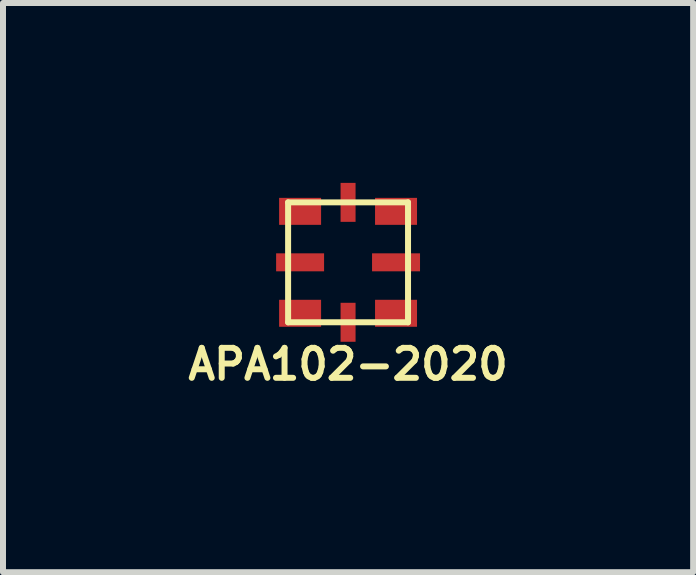
<source format=kicad_pcb>
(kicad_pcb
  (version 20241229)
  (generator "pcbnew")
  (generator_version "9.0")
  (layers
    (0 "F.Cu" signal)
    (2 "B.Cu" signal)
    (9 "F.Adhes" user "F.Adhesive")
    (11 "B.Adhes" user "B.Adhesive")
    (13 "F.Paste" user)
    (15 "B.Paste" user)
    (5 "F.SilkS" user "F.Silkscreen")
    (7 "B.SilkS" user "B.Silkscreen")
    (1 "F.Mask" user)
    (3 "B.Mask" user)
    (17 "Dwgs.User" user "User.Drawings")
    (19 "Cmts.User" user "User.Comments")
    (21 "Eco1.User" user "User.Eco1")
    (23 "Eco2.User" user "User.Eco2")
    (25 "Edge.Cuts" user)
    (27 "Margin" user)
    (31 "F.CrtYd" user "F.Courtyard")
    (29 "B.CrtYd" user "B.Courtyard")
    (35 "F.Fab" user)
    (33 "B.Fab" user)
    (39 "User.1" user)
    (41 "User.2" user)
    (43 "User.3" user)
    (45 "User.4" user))
  (footprint "APA102-2020"
    (layer "F.Cu")
    (at 2.755 1.325)
    (property "Reference" "APA102-2020" (at 0 1.7 0) (layer "F.SilkS") (effects (font (size 0.5 0.5) (thickness 0.1))))
    (attr through_hole)
    (fp_line (start -1 -1) (end -1 1) (stroke (width 0.1) (type solid)) (layer "F.SilkS"))
    (fp_line (start -1 -1) (end 1 -1) (stroke (width 0.1) (type solid)) (layer "F.SilkS"))
    (fp_line (start -1 1) (end 1 1) (stroke (width 0.1) (type solid)) (layer "F.SilkS"))
    (fp_line (start 1 -1) (end 1 1) (stroke (width 0.1) (type solid)) (layer "F.SilkS"))
    (pad "1" smd rect (at -0.8 -0.85) (size 0.7 0.45) (layers "F.Cu" "F.Mask" "F.Paste"))
    (pad "1" smd rect (at 0 -1) (size 0.25 0.65) (layers "F.Cu" "F.Mask" "F.Paste"))
    (pad "2" smd rect (at -0.8 0) (size 0.8 0.3) (layers "F.Cu" "F.Mask" "F.Paste"))
    (pad "3" smd rect (at -0.8 0.85) (size 0.7 0.45) (layers "F.Cu" "F.Mask" "F.Paste"))
    (pad "4" smd rect (at 0.8 0.85) (size 0.7 0.45) (layers "F.Cu" "F.Mask" "F.Paste"))
    (pad "5" smd rect (at 0.8 0) (size 0.8 0.3) (layers "F.Cu" "F.Mask" "F.Paste"))
    (pad "6" smd rect (at 0 1) (size 0.25 0.65) (layers "F.Cu" "F.Mask" "F.Paste"))
    (pad "6" smd rect (at 0.8 -0.85) (size 0.7 0.45) (layers "F.Cu" "F.Mask" "F.Paste")))
  (gr_rect
    (start -3 -3)
    (end 8.51 6.493)
    (stroke (width 0.1) (type default))
    (fill no)
    (layer "Edge.Cuts")))
</source>
